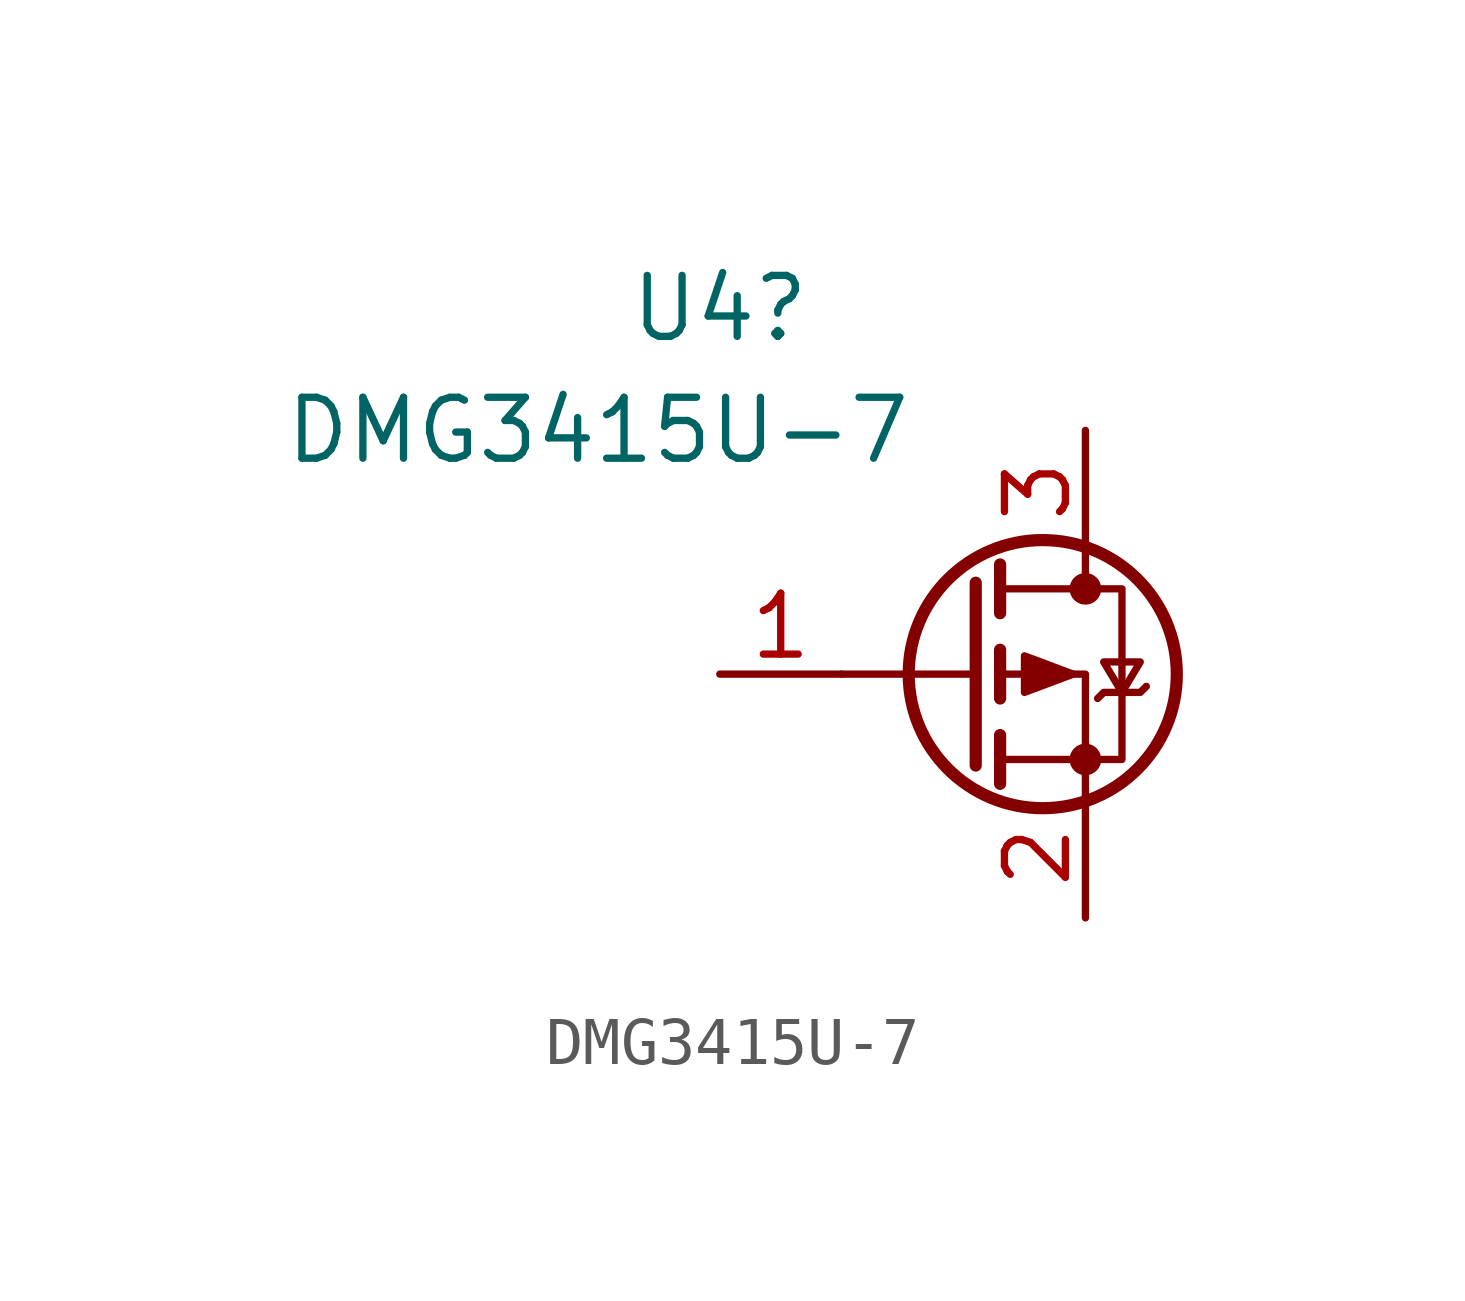
<source format=kicad_sym>
(kicad_symbol_lib
  (version 20220914)
  (generator kicad_symbol_editor)
  (symbol "DMG3415U-7"
    (pin_names
      (offset 1.016))
    (property "Reference" "U4"
      (at -7.62 7.62 0)
      (effects (font (size 1.27 1.27))))
    (property "Value" "DMG3415U-7"
      (at -10.16 5.08 0)
      (effects (font (size 1.27 1.27))))
    (symbol "DMG3415U-7_0_1"
      (circle (center -0.889 0) (radius 2.794) (stroke (width 0.254) (type default)) (fill (type none)))
      (circle (center 0 -1.778) (radius 0.254) (stroke (width 0) (type default)) (fill (type outline)))
      (polyline (pts (xy -2.286 0) (xy -5.08 0)) (stroke (width 0) (type default)) (fill (type none)))
      (polyline (pts (xy -2.286 1.905) (xy -2.286 -1.905)) (stroke (width 0.254) (type default)) (fill (type none)))
      (polyline (pts (xy -1.778 -1.27) (xy -1.778 -2.286)) (stroke (width 0.254) (type default)) (fill (type none)))
      (polyline (pts (xy -1.778 0.508) (xy -1.778 -0.508)) (stroke (width 0.254) (type default)) (fill (type none)))
      (polyline (pts (xy -1.778 2.286) (xy -1.778 1.27)) (stroke (width 0.254) (type default)) (fill (type none)))
      (polyline (pts (xy 0 2.54) (xy 0 1.778)) (stroke (width 0) (type default)) (fill (type none)))
      (polyline (pts (xy 0 -2.54) (xy 0 0) (xy -1.778 0)) (stroke (width 0) (type default)) (fill (type none)))
      (polyline (pts (xy -1.778 1.778) (xy 0.762 1.778) (xy 0.762 -1.778) (xy -1.778 -1.778)) (stroke (width 0) (type default)) (fill (type none)))
      (polyline (pts (xy -0.254 0) (xy -1.27 0.381) (xy -1.27 -0.381) (xy -0.254 0)) (stroke (width 0) (type default)) (fill (type outline)))
      (polyline (pts (xy 0.254 -0.508) (xy 0.381 -0.381) (xy 1.143 -0.381) (xy 1.27 -0.254)) (stroke (width 0) (type default)) (fill (type none)))
      (polyline (pts (xy 0.762 -0.381) (xy 0.381 0.254) (xy 1.143 0.254) (xy 0.762 -0.381)) (stroke (width 0) (type default)) (fill (type none)))
      (circle (center 0 1.778) (radius 0.254) (stroke (width 0) (type default)) (fill (type outline))))
    (symbol "DMG3415U-7_1_1"
      (pin input line (at -7.62 0 0) (length 2.54) (name "" (effects (font (size 1.27 1.27)))) (number "1" (effects (font (size 1.27 1.27)))))
      (pin passive line (at 0 -5.08 90) (length 2.54) (name "" (effects (font (size 1.27 1.27)))) (number "2" (effects (font (size 1.27 1.27)))))
      (pin passive line (at 0 5.08 270) (length 2.54) (name "" (effects (font (size 1.27 1.27)))) (number "3" (effects (font (size 1.27 1.27))))))))
</source>
